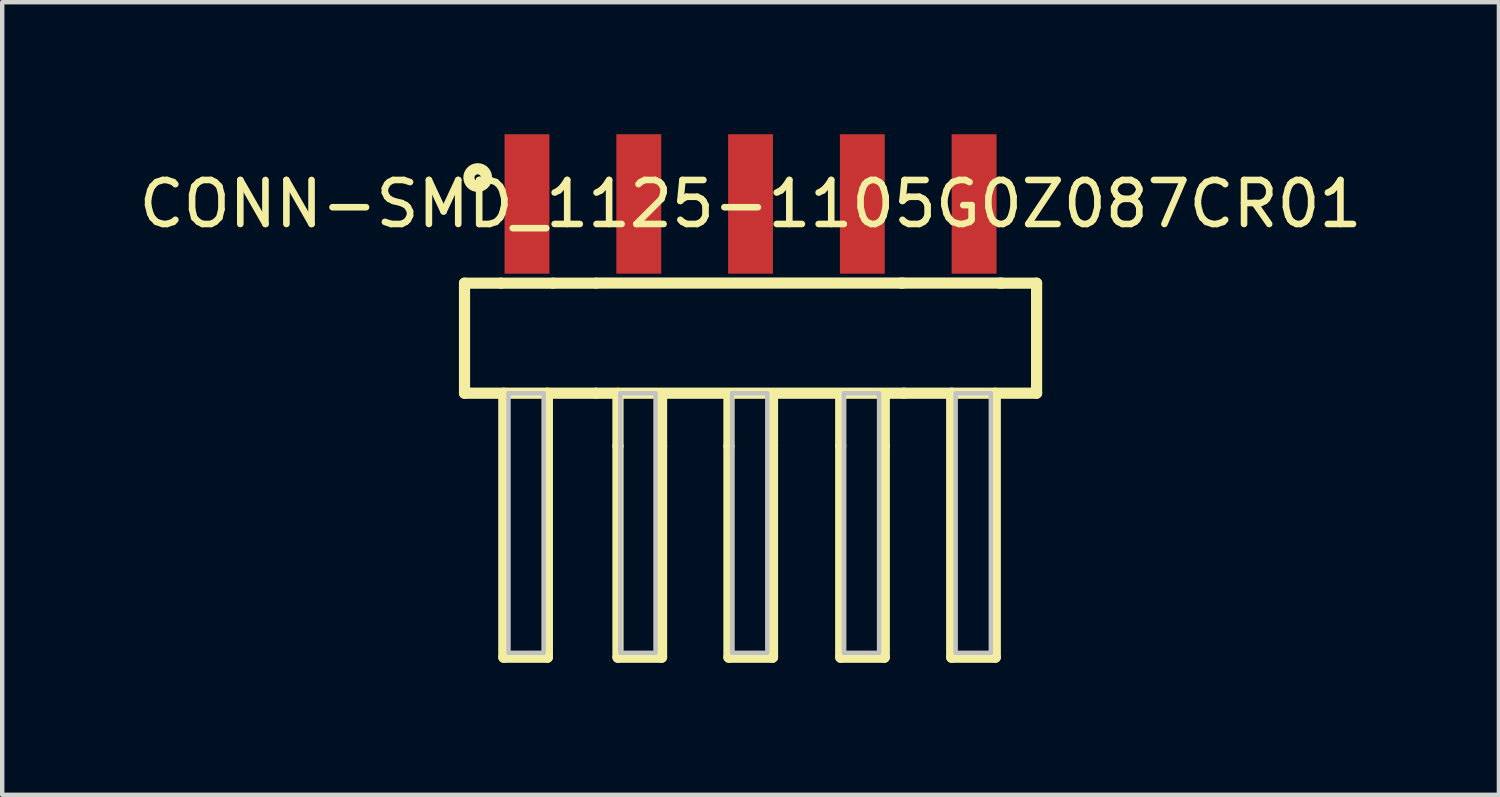
<source format=kicad_pcb>
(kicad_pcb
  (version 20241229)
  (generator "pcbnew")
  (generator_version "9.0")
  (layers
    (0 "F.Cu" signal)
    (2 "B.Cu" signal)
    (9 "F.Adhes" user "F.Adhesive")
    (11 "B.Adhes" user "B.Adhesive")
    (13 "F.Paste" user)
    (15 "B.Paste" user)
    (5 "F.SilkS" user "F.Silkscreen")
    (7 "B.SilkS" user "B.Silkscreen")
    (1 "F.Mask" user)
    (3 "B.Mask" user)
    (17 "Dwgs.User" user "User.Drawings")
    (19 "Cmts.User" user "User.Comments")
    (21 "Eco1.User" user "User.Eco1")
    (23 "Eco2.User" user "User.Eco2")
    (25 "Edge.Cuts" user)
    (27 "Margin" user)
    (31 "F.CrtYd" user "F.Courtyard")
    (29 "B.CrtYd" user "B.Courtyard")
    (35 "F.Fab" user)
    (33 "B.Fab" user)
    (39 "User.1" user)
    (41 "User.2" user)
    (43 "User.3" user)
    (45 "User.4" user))
  (footprint "CONN-SMD_1125-1105G0Z087CR01"
    (layer "F.Cu")
    (at 14.006 1.585)
    (property "Reference" "CONN-SMD_1125-1105G0Z087CR01" (at 0 0 0) (unlocked yes) (layer "F.SilkS") (effects (font (size 1 1) (thickness 0.15))))
    (fp_line (start -6.5 1.8) (end -6.5 4.3) (stroke (width 0.254) (type default)) (layer "F.SilkS"))
    (fp_line (start -6.5 1.8) (end -5.67 1.8) (stroke (width 0.254) (type default)) (layer "F.SilkS"))
    (fp_line (start -6.5 4.3) (end -3.516 4.3) (stroke (width 0.254) (type default)) (layer "F.SilkS"))
    (fp_line (start -5.67 1.8) (end -4.49 1.8) (stroke (width 0.254) (type default)) (layer "F.SilkS"))
    (fp_line (start -5.607 4.3) (end -5.607 10.3) (stroke (width 0.254) (type default)) (layer "F.SilkS"))
    (fp_line (start -5.607 10.3) (end -4.617 10.3) (stroke (width 0.254) (type default)) (layer "F.SilkS"))
    (fp_line (start -4.617 4.3) (end -4.617 10.3) (stroke (width 0.254) (type default)) (layer "F.SilkS"))
    (fp_line (start -4.489 1.8) (end -3.516 1.8) (stroke (width 0.254) (type default)) (layer "F.SilkS"))
    (fp_line (start -3.516 4.3) (end 3.485 4.3) (stroke (width 0.254) (type default)) (layer "F.SilkS"))
    (fp_line (start -3.505 1.798) (end 3.458 1.798) (stroke (width 0.254) (type default)) (layer "F.SilkS"))
    (fp_line (start -3.013 5.5) (end -3.013 4.303) (stroke (width 0.254) (type default)) (layer "F.SilkS"))
    (fp_line (start -3.013 5.5) (end -3.013 10.3) (stroke (width 0.254) (type default)) (layer "F.SilkS"))
    (fp_line (start -3.013 10.3) (end -2.022 10.3) (stroke (width 0.254) (type default)) (layer "F.SilkS"))
    (fp_line (start -2.022 5.5) (end -2.022 4.362) (stroke (width 0.254) (type default)) (layer "F.SilkS"))
    (fp_line (start -2.022 5.5) (end -2.022 10.3) (stroke (width 0.254) (type default)) (layer "F.SilkS"))
    (fp_line (start -0.491 4.351) (end -0.46 4.32) (stroke (width 0.254) (type default)) (layer "F.SilkS"))
    (fp_line (start -0.491 5.5) (end -0.491 4.351) (stroke (width 0.254) (type default)) (layer "F.SilkS"))
    (fp_line (start -0.491 5.5) (end -0.491 10.3) (stroke (width 0.254) (type default)) (layer "F.SilkS"))
    (fp_line (start -0.491 10.3) (end 0.499 10.3) (stroke (width 0.254) (type default)) (layer "F.SilkS"))
    (fp_line (start 0.499 5.5) (end 0.499 4.311) (stroke (width 0.254) (type default)) (layer "F.SilkS"))
    (fp_line (start 0.499 5.5) (end 0.499 10.3) (stroke (width 0.254) (type default)) (layer "F.SilkS"))
    (fp_line (start 2.049 5.5) (end 2.049 4.411) (stroke (width 0.254) (type default)) (layer "F.SilkS"))
    (fp_line (start 2.049 5.5) (end 2.049 10.3) (stroke (width 0.254) (type default)) (layer "F.SilkS"))
    (fp_line (start 2.049 10.3) (end 3.039 10.3) (stroke (width 0.254) (type default)) (layer "F.SilkS"))
    (fp_line (start 3.039 4.37) (end 3.09 4.32) (stroke (width 0.254) (type default)) (layer "F.SilkS"))
    (fp_line (start 3.039 5.5) (end 3.039 4.37) (stroke (width 0.254) (type default)) (layer "F.SilkS"))
    (fp_line (start 3.039 5.5) (end 3.039 10.3) (stroke (width 0.254) (type default)) (layer "F.SilkS"))
    (fp_line (start 3.421 1.798) (end 5.708 1.798) (stroke (width 0.254) (type default)) (layer "F.SilkS"))
    (fp_line (start 4.571 4.3) (end 4.571 10.3) (stroke (width 0.254) (type default)) (layer "F.SilkS"))
    (fp_line (start 4.571 10.3) (end 5.561 10.3) (stroke (width 0.254) (type default)) (layer "F.SilkS"))
    (fp_line (start 5.561 4.3) (end 5.561 10.3) (stroke (width 0.254) (type default)) (layer "F.SilkS"))
    (fp_line (start 6.5 1.8) (end 5.67 1.8) (stroke (width 0.254) (type default)) (layer "F.SilkS"))
    (fp_line (start 6.5 1.8) (end 6.5 4.3) (stroke (width 0.254) (type default)) (layer "F.SilkS"))
    (fp_line (start 6.5 4.3) (end 3.484 4.3) (stroke (width 0.254) (type default)) (layer "F.SilkS"))
    (fp_circle (center -6.2 -0.6) (end -6 -0.6) (stroke (width 0.254) (type default)) (fill no) (layer "F.SilkS"))
    (fp_poly (pts (xy -5.5 4.3) (xy -4.7 4.3) (xy -4.7 10.2) (xy -5.5 10.2)) (stroke (width 0.1) (type default)) (fill no) (layer "Dwgs.User"))
    (fp_poly (pts (xy -2.96 4.3) (xy -2.16 4.3) (xy -2.16 10.2) (xy -2.96 10.2)) (stroke (width 0.1) (type default)) (fill no) (layer "Dwgs.User"))
    (fp_poly (pts (xy -0.42 4.3) (xy 0.38 4.3) (xy 0.38 10.2) (xy -0.42 10.2)) (stroke (width 0.1) (type default)) (fill no) (layer "Dwgs.User"))
    (fp_poly (pts (xy 2.12 4.3) (xy 2.92 4.3) (xy 2.92 10.2) (xy 2.12 10.2)) (stroke (width 0.1) (type default)) (fill no) (layer "Dwgs.User"))
    (fp_poly (pts (xy 4.66 4.3) (xy 5.46 4.3) (xy 5.46 10.2) (xy 4.66 10.2)) (stroke (width 0.1) (type default)) (fill no) (layer "Dwgs.User"))
    (fp_poly (pts (xy -5.393 10.315) (xy -5.393 -1.185) (xy -4.753 -1.185) (xy -4.753 10.315)) (stroke (width 0.1) (type default)) (fill no) (layer "User.1"))
    (fp_poly (pts (xy -4.76 -1.194) (xy -4.76 0.076) (xy -5.4 0.076) (xy -5.4 -1.194)) (stroke (width 0.1) (type default)) (fill no) (layer "User.1"))
    (fp_poly (pts (xy -2.853 10.315) (xy -2.853 -1.185) (xy -2.213 -1.185) (xy -2.213 10.315)) (stroke (width 0.1) (type default)) (fill no) (layer "User.1"))
    (fp_poly (pts (xy -2.22 -1.194) (xy -2.22 0.076) (xy -2.86 0.076) (xy -2.86 -1.194)) (stroke (width 0.1) (type default)) (fill no) (layer "User.1"))
    (fp_poly (pts (xy -0.313 10.315) (xy -0.313 -1.185) (xy 0.327 -1.185) (xy 0.327 10.315)) (stroke (width 0.1) (type default)) (fill no) (layer "User.1"))
    (fp_poly (pts (xy 0.32 -1.194) (xy 0.32 0.076) (xy -0.32 0.076) (xy -0.32 -1.194)) (stroke (width 0.1) (type default)) (fill no) (layer "User.1"))
    (fp_poly (pts (xy 2.227 10.315) (xy 2.227 -1.185) (xy 2.867 -1.185) (xy 2.867 10.315)) (stroke (width 0.1) (type default)) (fill no) (layer "User.1"))
    (fp_poly (pts (xy 2.86 -1.194) (xy 2.86 0.076) (xy 2.22 0.076) (xy 2.22 -1.194)) (stroke (width 0.1) (type default)) (fill no) (layer "User.1"))
    (fp_poly (pts (xy 4.767 10.315) (xy 4.767 -1.185) (xy 5.407 -1.185) (xy 5.407 10.315)) (stroke (width 0.1) (type default)) (fill no) (layer "User.1"))
    (fp_poly (pts (xy 5.4 -1.194) (xy 5.4 0.076) (xy 4.76 0.076) (xy 4.76 -1.194)) (stroke (width 0.1) (type default)) (fill no) (layer "User.1"))
    (fp_line (start -6.35 1.798) (end 6.35 1.798) (stroke (width 0.051) (type default)) (layer "User.2"))
    (fp_line (start -6.35 4.298) (end -6.35 1.798) (stroke (width 0.051) (type default)) (layer "User.2"))
    (fp_line (start 6.35 1.798) (end 6.35 4.298) (stroke (width 0.051) (type default)) (layer "User.2"))
    (fp_line (start 6.35 4.298) (end -6.35 4.298) (stroke (width 0.051) (type default)) (layer "User.2"))
    (fp_poly (pts (xy -6.29 10.315) (xy -6.308 10.272) (xy -6.35 10.255) (xy -6.392 10.272) (xy -6.41 10.315) (xy -6.392 10.357) (xy -6.35 10.374) (xy -6.308 10.357)) (stroke (width 0.1) (type default)) (fill no) (layer "User.3"))
    (pad "1" smd rect (at -5.08 0) (size 1.02 3.17) (layers "F.Cu" "F.Mask" "F.Paste"))
    (pad "2" smd rect (at -2.54 0) (size 1.02 3.17) (layers "F.Cu" "F.Mask" "F.Paste"))
    (pad "3" smd rect (at 0 0) (size 1.02 3.17) (layers "F.Cu" "F.Mask" "F.Paste"))
    (pad "4" smd rect (at 2.54 0) (size 1.02 3.17) (layers "F.Cu" "F.Mask" "F.Paste"))
    (pad "5" smd rect (at 5.08 0) (size 1.02 3.17) (layers "F.Cu" "F.Mask" "F.Paste")))
  (gr_rect
    (start -3 -3)
    (end 31.012 15.012)
    (stroke (width 0.1) (type default))
    (fill no)
    (layer "Edge.Cuts")))
</source>
